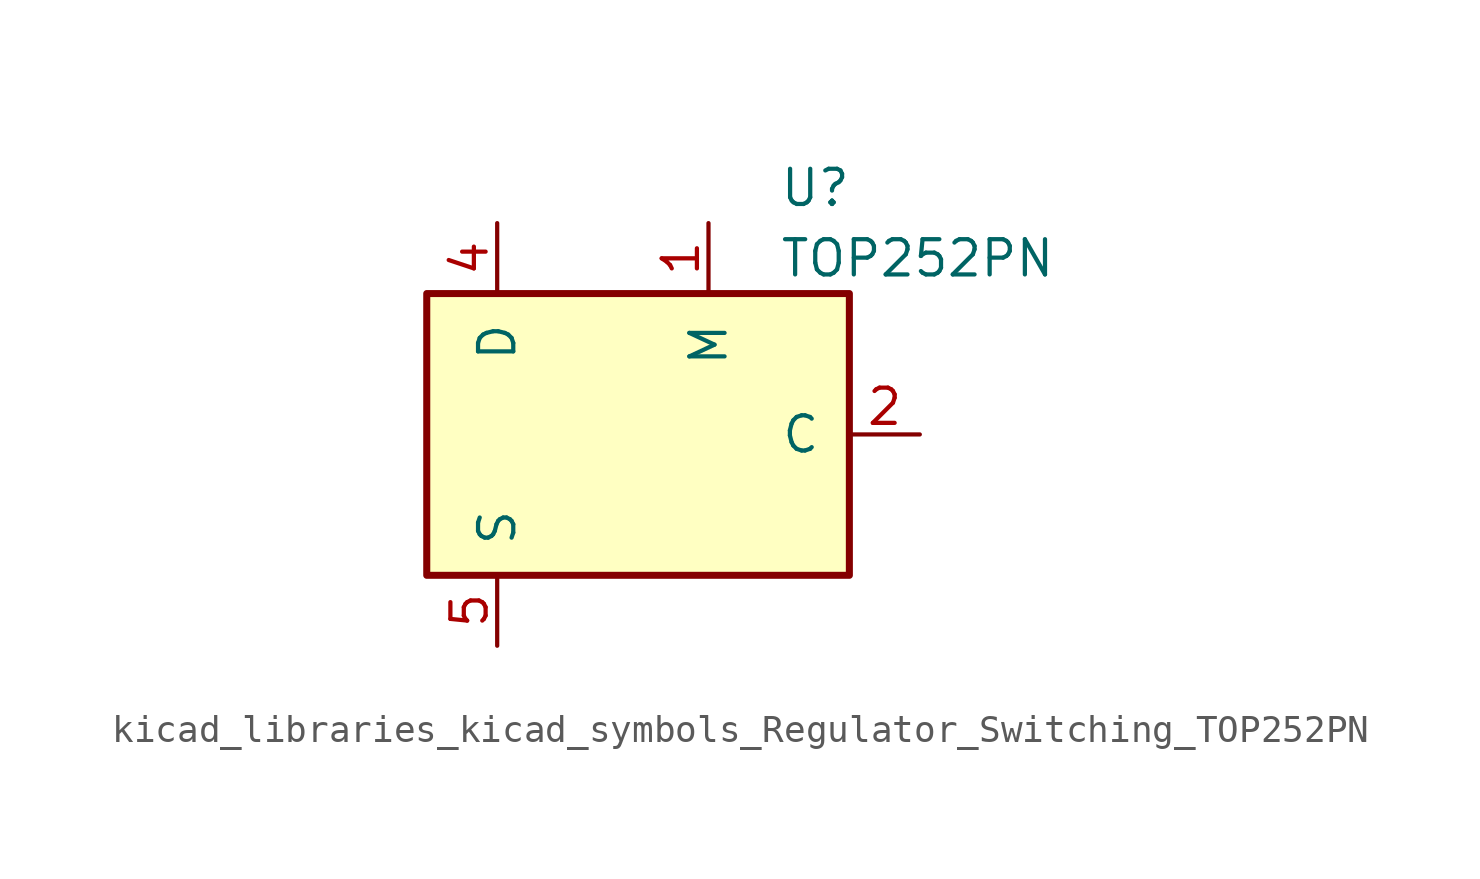
<source format=kicad_sym>
(kicad_symbol_lib
  (version 20220914)
  (generator kicad_symbol_editor)
  (symbol "kicad_libraries_kicad_symbols_Regulator_Switching_TOP252PN"
    (pin_names
      (offset 1.016))
    (property "Reference" "U"
      (at 5.08 8.89 0)
      (effects (font (size 1.27 1.27)) (justify left)))
    (property "Value" "TOP252PN"
      (at 5.08 6.35 0)
      (effects (font (size 1.27 1.27)) (justify left)))
    (symbol "kicad_libraries_kicad_symbols_Regulator_Switching_TOP252PN_0_1"
      (rectangle (start -7.62 5.08) (end 7.62 -5.08) (stroke (width 0.254) (type default)) (fill (type background))))
    (symbol "kicad_libraries_kicad_symbols_Regulator_Switching_TOP252PN_1_1"
      (pin input line (at 2.54 7.62 270) (length 2.54) (name "M" (effects (font (size 1.27 1.27)))) (number "1" (effects (font (size 1.27 1.27)))))
      (pin input line (at 10.16 0 180) (length 2.54) (name "C" (effects (font (size 1.27 1.27)))) (number "2" (effects (font (size 1.27 1.27)))))
      (pin open_collector line (at -5.08 7.62 270) (length 2.54) (name "D" (effects (font (size 1.27 1.27)))) (number "4" (effects (font (size 1.27 1.27)))))
      (pin power_in line (at -5.08 -7.62 90) (length 2.54) (name "S" (effects (font (size 1.27 1.27)))) (number "5" (effects (font (size 1.27 1.27)))))
      (pin passive line (at -5.08 -7.62 90) (length 2.54) hide (name "S" (effects (font (size 1.27 1.27)))) (number "6" (effects (font (size 1.27 1.27)))))
      (pin passive line (at -5.08 -7.62 90) (length 2.54) hide (name "S" (effects (font (size 1.27 1.27)))) (number "7" (effects (font (size 1.27 1.27)))))
      (pin passive line (at -5.08 -7.62 90) (length 2.54) hide (name "S" (effects (font (size 1.27 1.27)))) (number "8" (effects (font (size 1.27 1.27))))))))
</source>
